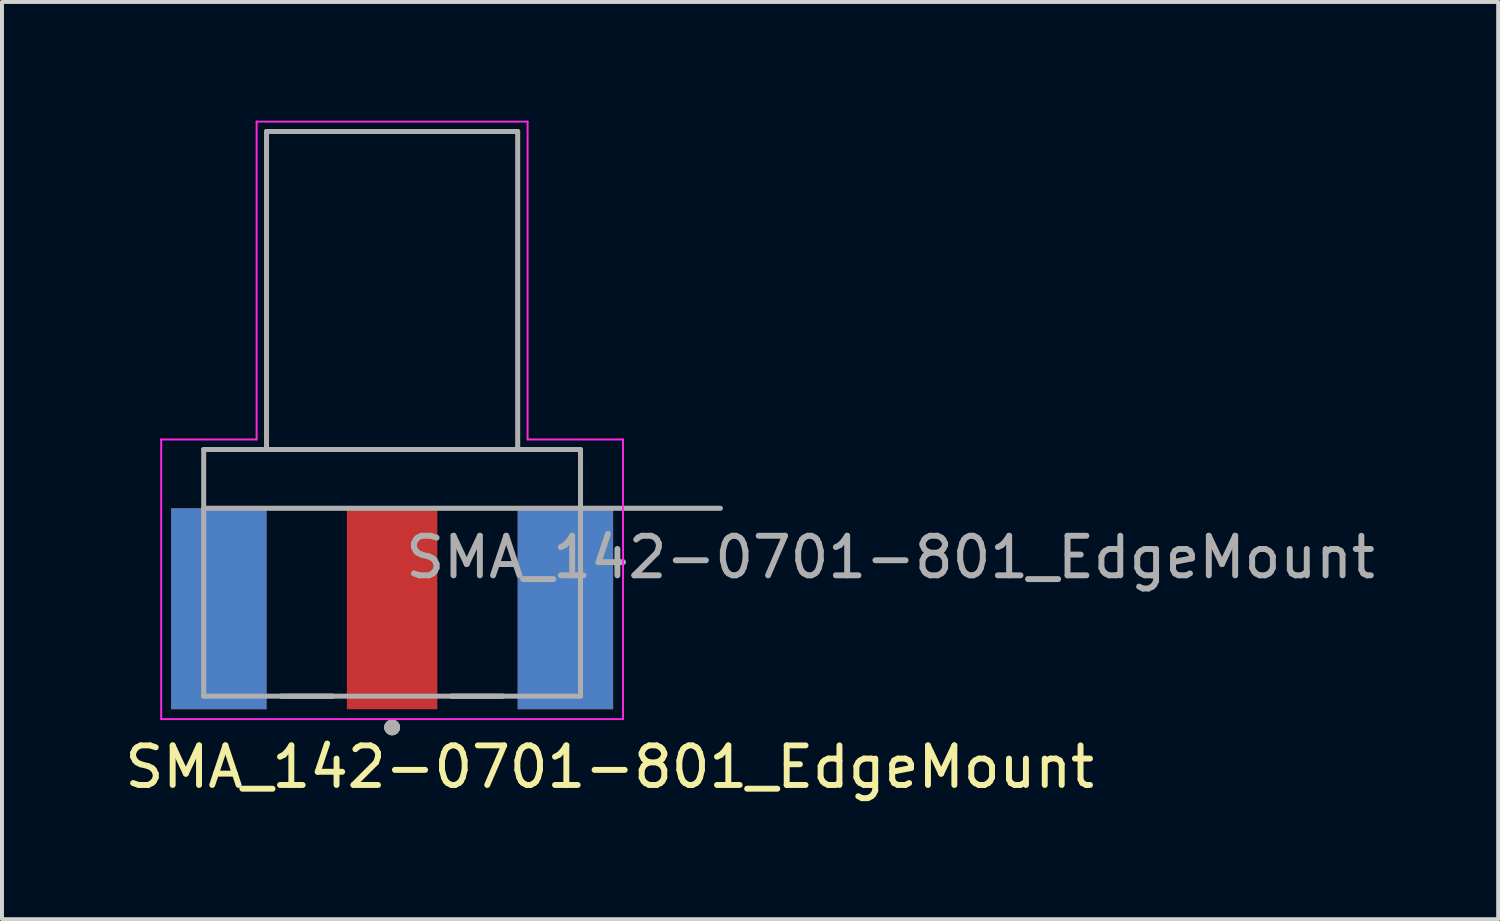
<source format=kicad_pcb>
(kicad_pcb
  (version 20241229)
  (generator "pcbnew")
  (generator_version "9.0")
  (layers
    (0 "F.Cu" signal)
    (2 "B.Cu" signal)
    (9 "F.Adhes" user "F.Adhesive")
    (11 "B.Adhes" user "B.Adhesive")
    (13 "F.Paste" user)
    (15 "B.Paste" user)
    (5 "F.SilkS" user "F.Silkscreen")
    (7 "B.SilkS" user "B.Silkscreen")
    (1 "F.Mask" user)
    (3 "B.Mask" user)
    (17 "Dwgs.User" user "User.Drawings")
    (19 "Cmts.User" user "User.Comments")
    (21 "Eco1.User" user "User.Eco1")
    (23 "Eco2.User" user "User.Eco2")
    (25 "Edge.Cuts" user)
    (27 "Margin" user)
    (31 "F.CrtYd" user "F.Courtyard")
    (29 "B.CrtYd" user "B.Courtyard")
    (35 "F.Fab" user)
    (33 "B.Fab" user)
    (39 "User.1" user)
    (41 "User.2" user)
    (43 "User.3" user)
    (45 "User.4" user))
  (footprint "SMA_142-0701-801_EdgeMount"
    (layer "F.Cu")
    (at 6.863 12.34)
    (property "Reference" "SMA_142-0701-801_EdgeMount" (at 5.5 4 0) (layer "F.SilkS") (effects (font (size 1 1) (thickness 0.15))))
    (attr smd)
    (fp_line (start -2.8 2.21) (end -1.5 2.21) (stroke (width 0.127) (type solid)) (layer "F.SilkS"))
    (fp_line (start 1.5 2.21) (end 2.8 2.21) (stroke (width 0.127) (type solid)) (layer "F.SilkS"))
    (fp_circle (center 0 3) (end 0.1 3) (stroke (width 0.2) (type solid)) (fill no) (layer "F.SilkS"))
    (fp_line (start -5.838 -4.28) (end -3.425 -4.28) (stroke (width 0.05) (type solid)) (layer "F.CrtYd"))
    (fp_line (start -5.838 2.79) (end -5.838 -4.28) (stroke (width 0.05) (type solid)) (layer "F.CrtYd"))
    (fp_line (start -3.425 -12.315) (end 3.425 -12.315) (stroke (width 0.05) (type solid)) (layer "F.CrtYd"))
    (fp_line (start -3.425 -4.28) (end -3.425 -12.315) (stroke (width 0.05) (type solid)) (layer "F.CrtYd"))
    (fp_line (start 3.425 -12.315) (end 3.425 -4.28) (stroke (width 0.05) (type solid)) (layer "F.CrtYd"))
    (fp_line (start 3.425 -4.28) (end 5.838 -4.28) (stroke (width 0.05) (type solid)) (layer "F.CrtYd"))
    (fp_line (start 5.838 -4.28) (end 5.838 2.79) (stroke (width 0.05) (type solid)) (layer "F.CrtYd"))
    (fp_line (start 5.838 2.79) (end -5.838 2.79) (stroke (width 0.05) (type solid)) (layer "F.CrtYd"))
    (fp_line (start -4.763 -4.026) (end -4.763 -2.54) (stroke (width 0.127) (type solid)) (layer "F.Fab"))
    (fp_line (start -4.763 -4.026) (end -3.175 -4.026) (stroke (width 0.127) (type solid)) (layer "F.Fab"))
    (fp_line (start -4.763 -2.54) (end 4.763 -2.54) (stroke (width 0.127) (type solid)) (layer "F.Fab"))
    (fp_line (start -4.763 2.21) (end -4.763 -2.54) (stroke (width 0.127) (type solid)) (layer "F.Fab"))
    (fp_line (start -3.175 -12.065) (end 3.175 -12.065) (stroke (width 0.127) (type solid)) (layer "F.Fab"))
    (fp_line (start -3.175 -4.026) (end -3.175 -12.065) (stroke (width 0.127) (type solid)) (layer "F.Fab"))
    (fp_line (start -3.175 -4.026) (end 3.175 -4.026) (stroke (width 0.127) (type solid)) (layer "F.Fab"))
    (fp_line (start 3.175 -12.065) (end 3.175 -4.026) (stroke (width 0.127) (type solid)) (layer "F.Fab"))
    (fp_line (start 3.175 -4.026) (end 4.763 -4.026) (stroke (width 0.127) (type solid)) (layer "F.Fab"))
    (fp_line (start 4.763 -4.026) (end 4.763 -2.54) (stroke (width 0.127) (type solid)) (layer "F.Fab"))
    (fp_line (start 4.763 -2.54) (end 4.763 2.21) (stroke (width 0.127) (type solid)) (layer "F.Fab"))
    (fp_line (start 4.763 2.21) (end -4.763 2.21) (stroke (width 0.127) (type solid)) (layer "F.Fab"))
    (fp_line (start 4.8 -2.54) (end 8.3 -2.54) (stroke (width 0.127) (type solid)) (layer "F.Fab"))
    (fp_circle (center 0 3) (end 0.1 3) (stroke (width 0.2) (type solid)) (fill no) (layer "F.Fab"))
    (fp_text user "${REFERENCE}" (at 12.6 -1.3 0) (layer "F.Fab") (effects (font (size 1 1) (thickness 0.15))))
    (pad "1" smd rect (at 0 0) (size 2.286 5.08) (layers "F.Cu" "F.Mask" "F.Paste"))
    (pad "2" smd rect (at -4.381 0) (size 2.413 5.08) (layers "F.Cu" "F.Mask" "F.Paste"))
    (pad "3" smd rect (at -4.381 0) (size 2.413 5.08) (layers "B.Cu" "B.Mask" "B.Paste"))
    (pad "4" smd rect (at 4.381 0) (size 2.413 5.08) (layers "F.Cu" "F.Mask" "F.Paste"))
    (pad "5" smd rect (at 4.381 0) (size 2.413 5.08) (layers "B.Cu" "B.Mask" "B.Paste")))
  (gr_rect
    (start -3 -3)
    (end 34.826 20.188)
    (stroke (width 0.1) (type default))
    (fill no)
    (layer "Edge.Cuts")))
</source>
